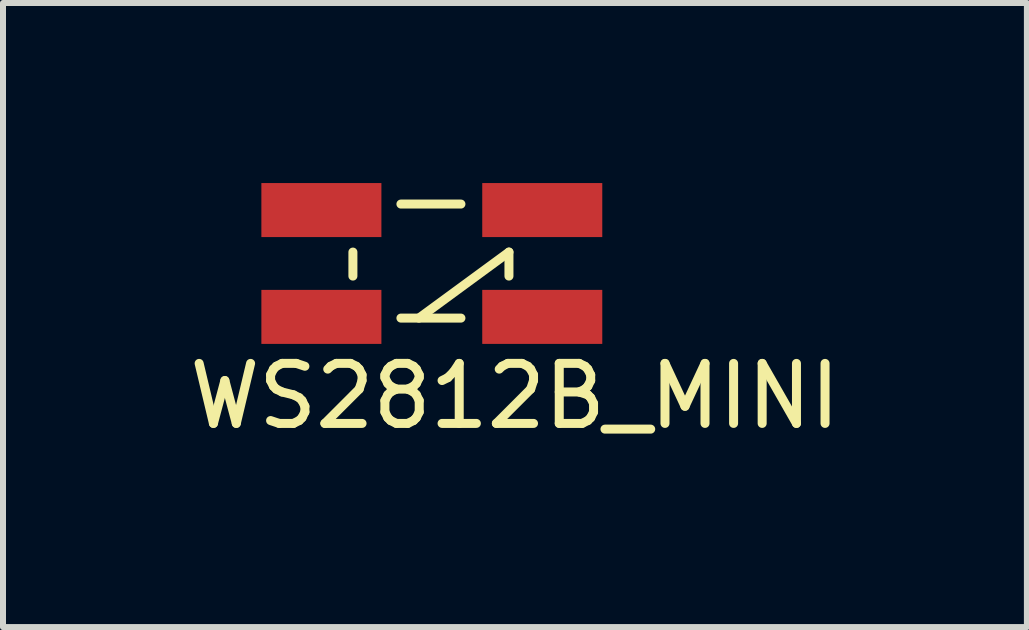
<source format=kicad_pcb>
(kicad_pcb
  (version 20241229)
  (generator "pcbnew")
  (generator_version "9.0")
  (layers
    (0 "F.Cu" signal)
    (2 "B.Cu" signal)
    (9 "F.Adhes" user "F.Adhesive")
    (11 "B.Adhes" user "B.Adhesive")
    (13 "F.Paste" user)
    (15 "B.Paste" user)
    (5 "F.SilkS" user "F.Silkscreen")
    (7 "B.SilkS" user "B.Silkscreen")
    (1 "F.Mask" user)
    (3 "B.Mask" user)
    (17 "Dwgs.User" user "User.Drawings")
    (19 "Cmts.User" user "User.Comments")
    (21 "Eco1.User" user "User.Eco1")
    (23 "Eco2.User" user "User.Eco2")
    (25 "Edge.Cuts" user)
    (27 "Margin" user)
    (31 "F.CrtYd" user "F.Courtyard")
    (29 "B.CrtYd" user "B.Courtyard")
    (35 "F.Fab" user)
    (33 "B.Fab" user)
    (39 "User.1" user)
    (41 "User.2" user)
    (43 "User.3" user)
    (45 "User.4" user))
  (footprint "WS2812B_MINI"
    (layer "F.Cu")
    (at 2.83 0.45)
    (property "Reference" "WS2812B_MINI" (at 2.7 3.1 0) (layer "F.SilkS") (effects (font (size 1 1) (thickness 0.15))))
    (attr through_hole)
    (fp_line (start 0 0.7) (end 0 1.1) (stroke (width 0.15) (type solid)) (layer "F.SilkS"))
    (fp_line (start 0.8 -0.1) (end 1.8 -0.1) (stroke (width 0.15) (type solid)) (layer "F.SilkS"))
    (fp_line (start 0.8 1.8) (end 1.8 1.8) (stroke (width 0.15) (type solid)) (layer "F.SilkS"))
    (fp_line (start 2.6 0.7) (end 1.1 1.8) (stroke (width 0.15) (type solid)) (layer "F.SilkS"))
    (fp_line (start 2.6 0.7) (end 2.6 1.1) (stroke (width 0.15) (type solid)) (layer "F.SilkS"))
    (pad "1" smd rect (at 0 0) (size 2 0.9) (drill (offset -0.525 0)) (layers "F.Cu" "F.Mask" "F.Paste"))
    (pad "2" smd rect (at 0 1.78) (size 2 0.9) (drill (offset -0.525 0)) (layers "F.Cu" "F.Mask" "F.Paste"))
    (pad "3" smd rect (at 2.63 1.78) (size 2 0.9) (drill (offset 0.525 0)) (layers "F.Cu" "F.Mask" "F.Paste"))
    (pad "4" smd rect (at 2.63 0) (size 2 0.9) (drill (offset 0.525 0)) (layers "F.Cu" "F.Mask" "F.Paste")))
  (gr_rect
    (start -3 -3)
    (end 14.06 7.398)
    (stroke (width 0.1) (type default))
    (fill no)
    (layer "Edge.Cuts")))
</source>
